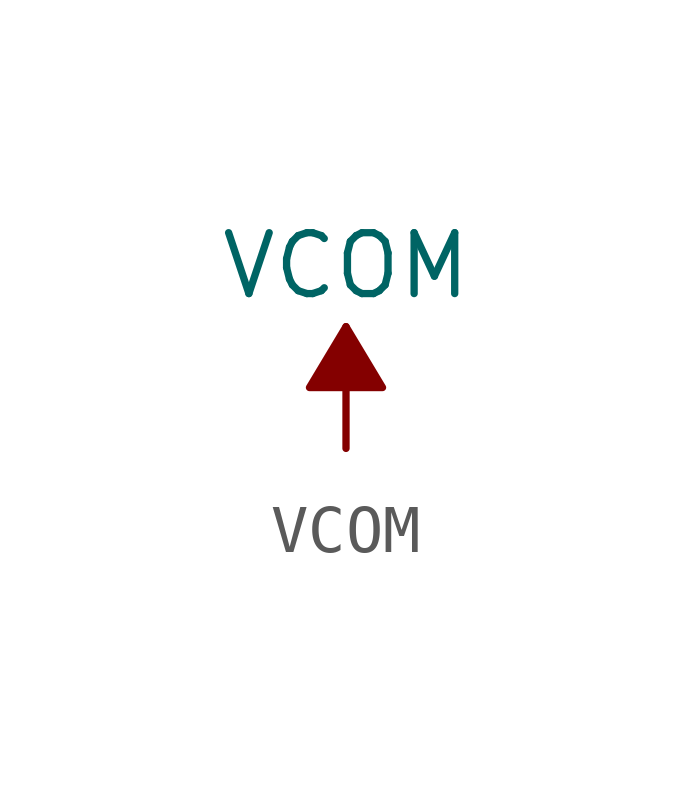
<source format=kicad_sym>
(kicad_symbol_lib
  (version 20231120)
  (generator "kicad_symbol_editor")
  (generator_version "8.0")
  (symbol "VCOM"
    (power)
    (pin_names
      (offset 0))
    (property "Reference" "#PWR"
      (at 0 -3.81 0)
      (effects (font (size 1.27 1.27)) (hide yes)))
    (property "Value" "VCOM"
      (at 0 3.81 0)
      (effects (font (size 1.27 1.27))))
    (symbol "VCOM_0_1"
      (polyline (pts (xy 0 0) (xy 0 2.54)) (stroke (width 0) (type default)) (fill (type none)))
      (polyline (pts (xy 0.762 1.27) (xy -0.762 1.27) (xy 0 2.54) (xy 0.762 1.27)) (stroke (width 0) (type default)) (fill (type outline))))
    (symbol "VCOM_1_1"
      (pin power_in line (at 0 0 90) (length 0) hide (name "VCOM" (effects (font (size 1.27 1.27)))) (number "1" (effects (font (size 1.27 1.27))))))))
</source>
